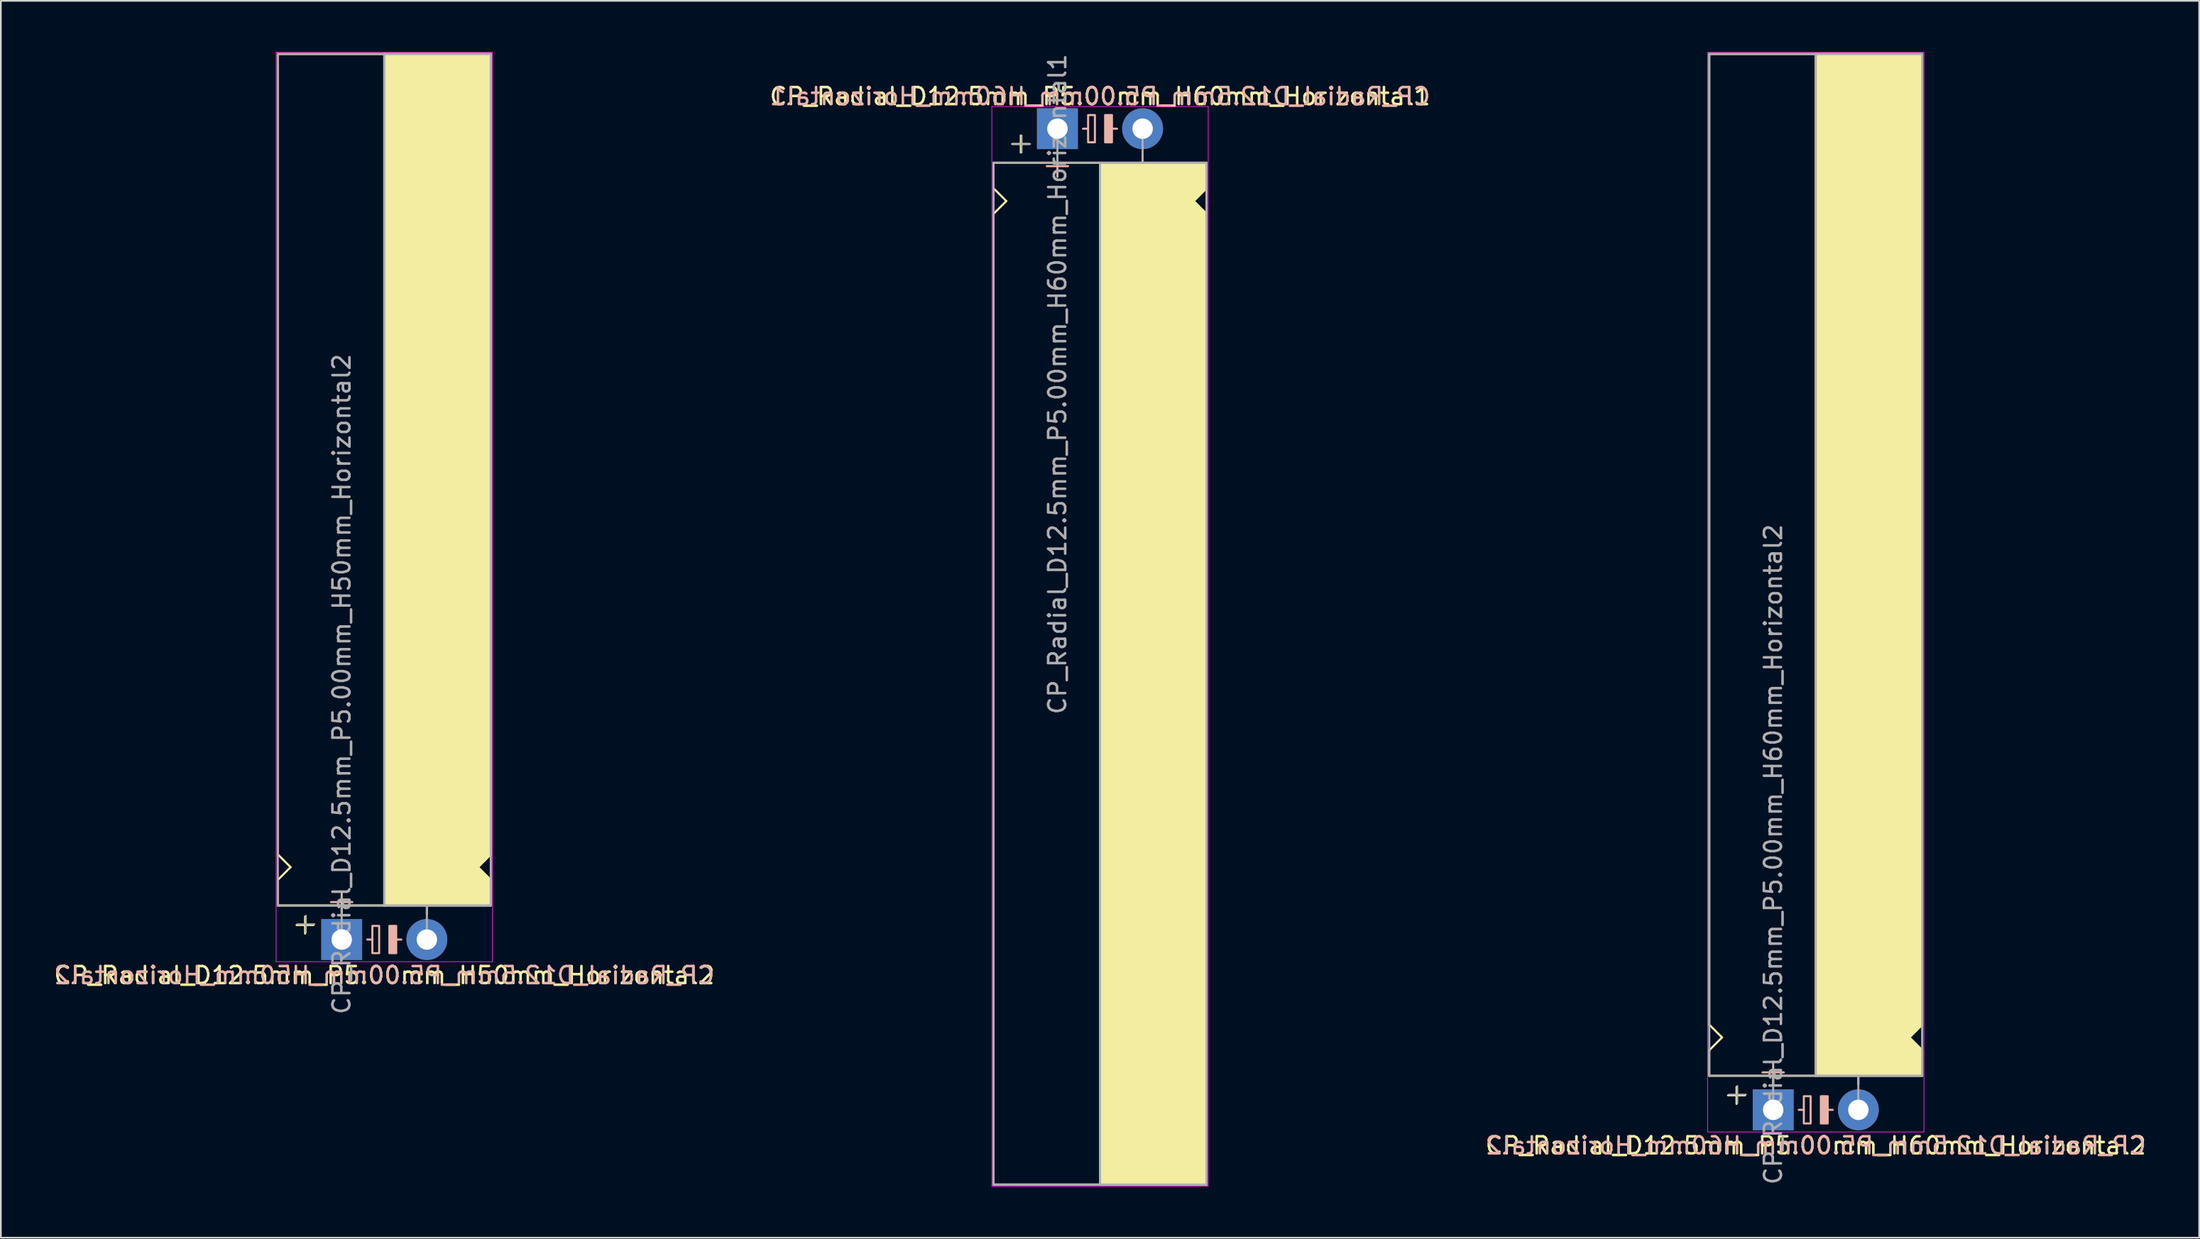
<source format=kicad_pcb>
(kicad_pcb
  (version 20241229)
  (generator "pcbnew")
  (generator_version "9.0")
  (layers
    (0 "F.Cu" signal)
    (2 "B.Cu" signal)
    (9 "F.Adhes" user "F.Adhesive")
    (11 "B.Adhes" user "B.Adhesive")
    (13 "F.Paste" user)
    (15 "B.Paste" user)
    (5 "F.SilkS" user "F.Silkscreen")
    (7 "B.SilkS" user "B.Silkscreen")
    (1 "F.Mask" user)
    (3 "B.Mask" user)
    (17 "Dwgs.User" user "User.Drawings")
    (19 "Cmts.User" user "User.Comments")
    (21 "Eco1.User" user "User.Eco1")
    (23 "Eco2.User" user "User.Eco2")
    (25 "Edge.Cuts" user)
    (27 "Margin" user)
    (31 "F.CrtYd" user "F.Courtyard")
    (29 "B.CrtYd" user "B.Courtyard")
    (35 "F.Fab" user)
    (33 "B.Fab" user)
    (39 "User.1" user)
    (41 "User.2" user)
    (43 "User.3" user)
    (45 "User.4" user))
  (footprint "CP_Radial_D12.5mm_P5.00mm_H60mm_Horizontal1"
    (layer "F.Cu")
    (at 59.018 4.506)
    (property "Reference" "CP_Radial_D12.5mm_P5.00mm_H60mm_Horizontal1" (at 2.5 -1.9 180) (layer "F.SilkS") (effects (font (size 1 1) (thickness 0.15))))
    (fp_line (start -3.75 2) (end -3.75 3.5) (stroke (width 0.12) (type solid)) (layer "F.SilkS"))
    (fp_line (start -3.75 3.5) (end -3 4.25) (stroke (width 0.12) (type solid)) (layer "F.SilkS"))
    (fp_line (start -3.75 5) (end -3.75 62) (stroke (width 0.12) (type solid)) (layer "F.SilkS"))
    (fp_line (start -3 4.25) (end -3.75 5) (stroke (width 0.12) (type solid)) (layer "F.SilkS"))
    (fp_line (start -2.15 0.4) (end -2.15 1.4) (stroke (width 0.12) (type solid)) (layer "F.SilkS"))
    (fp_line (start -1.65 0.9) (end -2.65 0.9) (stroke (width 0.12) (type solid)) (layer "F.SilkS"))
    (fp_line (start 0 1.5) (end 0 2) (stroke (width 0.12) (type solid)) (layer "F.SilkS"))
    (fp_line (start 2.5 2) (end -3.75 2) (stroke (width 0.12) (type solid)) (layer "F.SilkS"))
    (fp_line (start 2.5 2) (end 2.5 62) (stroke (width 0.12) (type solid)) (layer "F.SilkS"))
    (fp_line (start 2.5 2) (end 8.75 2) (stroke (width 0.12) (type solid)) (layer "F.SilkS"))
    (fp_line (start 5 1.5) (end 5 2) (stroke (width 0.12) (type solid)) (layer "F.SilkS"))
    (fp_line (start 8 4.25) (end 8.75 5) (stroke (width 0.12) (type solid)) (layer "F.SilkS"))
    (fp_line (start 8.75 2) (end 8.75 3.5) (stroke (width 0.12) (type solid)) (layer "F.SilkS"))
    (fp_line (start 8.75 3.5) (end 8 4.25) (stroke (width 0.12) (type solid)) (layer "F.SilkS"))
    (fp_line (start 8.75 5) (end 8.75 62) (stroke (width 0.12) (type solid)) (layer "F.SilkS"))
    (fp_line (start 8.75 62) (end -3.75 62) (stroke (width 0.12) (type solid)) (layer "F.SilkS"))
    (fp_poly (pts (xy 8.75 3.5) (xy 8 4.25) (xy 8.75 5) (xy 8.75 62) (xy 2.5 62) (xy 2.5 2) (xy 8.75 2)) (stroke (width 0.1) (type solid)) (fill yes) (layer "F.SilkS"))
    (fp_line (start 0 1.575) (end 0 2.825) (stroke (width 0.12) (type solid)) (layer "B.SilkS"))
    (fp_line (start 0.625 2.2) (end -0.625 2.2) (stroke (width 0.12) (type solid)) (layer "B.SilkS"))
    (fp_line (start 1.8 0) (end 1.5 0) (stroke (width 0.12) (type solid)) (layer "B.SilkS"))
    (fp_line (start 3.5 0) (end 3.2 0) (stroke (width 0.12) (type solid)) (layer "B.SilkS"))
    (fp_rect (start 2.2 -0.8) (end 1.8 0.8) (stroke (width 0.12) (type solid)) (fill no) (layer "B.SilkS"))
    (fp_rect (start 3.2 -0.8) (end 2.8 0.8) (stroke (width 0.12) (type solid)) (fill yes) (layer "B.SilkS"))
    (fp_line (start -3.85 -1.3) (end 8.85 -1.3) (stroke (width 0.04) (type solid)) (layer "F.CrtYd"))
    (fp_line (start -3.85 62.1) (end -3.85 -1.3) (stroke (width 0.04) (type solid)) (layer "F.CrtYd"))
    (fp_line (start 8.85 -1.3) (end 8.85 62.1) (stroke (width 0.04) (type solid)) (layer "F.CrtYd"))
    (fp_line (start 8.85 62.1) (end -3.85 62.1) (stroke (width 0.04) (type solid)) (layer "F.CrtYd"))
    (fp_line (start -3.75 2) (end -3.75 62) (stroke (width 0.12) (type solid)) (layer "F.Fab"))
    (fp_line (start -3.75 62) (end 8.75 62) (stroke (width 0.12) (type solid)) (layer "F.Fab"))
    (fp_line (start -2.6 0.9) (end -1.6 0.9) (stroke (width 0.1) (type solid)) (layer "F.Fab"))
    (fp_line (start -2.1 1.4) (end -2.1 0.4) (stroke (width 0.1) (type solid)) (layer "F.Fab"))
    (fp_line (start 0 0) (end 0 2) (stroke (width 0.12) (type solid)) (layer "F.Fab"))
    (fp_line (start 0 2) (end -3.75 2) (stroke (width 0.12) (type solid)) (layer "F.Fab"))
    (fp_line (start 2.5 2) (end 2.5 62) (stroke (width 0.12) (type solid)) (layer "F.Fab"))
    (fp_line (start 5 2) (end 5 0) (stroke (width 0.12) (type solid)) (layer "F.Fab"))
    (fp_line (start 8.75 2) (end 0 2) (stroke (width 0.12) (type solid)) (layer "F.Fab"))
    (fp_line (start 8.75 62) (end 8.75 2) (stroke (width 0.12) (type solid)) (layer "F.Fab"))
    (fp_poly (pts (xy 8.75 62) (xy 2.5 62) (xy 2.5 2) (xy 8.75 2)) (stroke (width 0.1) (type solid)) (fill no) (layer "F.Fab"))
    (fp_text user "${REFERENCE}" (at 2.5 -1.9 0) (layer "B.SilkS") (effects (font (size 1 1) (thickness 0.15)) (justify mirror)))
    (fp_text user "${REFERENCE}" (at 0 15 90) (layer "F.Fab") (effects (font (size 1 1) (thickness 0.15))))
    (pad "1" thru_hole rect (at 0 0) (size 2.4 2.4) (drill 1.2) (layers "*.Cu" "*.Mask"))
    (pad "2" thru_hole circle (at 5 0) (size 2.4 2.4) (drill 1.2) (layers "*.Cu" "*.Mask")))
  (footprint "CP_Radial_D12.5mm_P5.00mm_H50mm_Horizontal2"
    (layer "F.Cu")
    (at 17.006 52.12)
    (property "Reference" "CP_Radial_D12.5mm_P5.00mm_H50mm_Horizontal2" (at 2.5 2.1 180) (layer "F.SilkS") (effects (font (size 1 1) (thickness 0.15))))
    (fp_line (start -3.75 -5) (end -3.75 -52) (stroke (width 0.12) (type solid)) (layer "F.SilkS"))
    (fp_line (start -3.75 -3.5) (end -3 -4.25) (stroke (width 0.12) (type solid)) (layer "F.SilkS"))
    (fp_line (start -3.75 -2) (end -3.75 -3.5) (stroke (width 0.12) (type solid)) (layer "F.SilkS"))
    (fp_line (start -3 -4.25) (end -3.75 -5) (stroke (width 0.12) (type solid)) (layer "F.SilkS"))
    (fp_line (start -2.15 -1.35) (end -2.15 -0.35) (stroke (width 0.12) (type solid)) (layer "F.SilkS"))
    (fp_line (start -1.65 -0.85) (end -2.65 -0.85) (stroke (width 0.12) (type solid)) (layer "F.SilkS"))
    (fp_line (start 0 -1.5) (end 0 -2) (stroke (width 0.12) (type solid)) (layer "F.SilkS"))
    (fp_line (start 2.5 -2) (end -3.75 -2) (stroke (width 0.12) (type solid)) (layer "F.SilkS"))
    (fp_line (start 2.5 -2) (end 2.5 -52) (stroke (width 0.12) (type solid)) (layer "F.SilkS"))
    (fp_line (start 2.5 -2) (end 8.75 -2) (stroke (width 0.12) (type solid)) (layer "F.SilkS"))
    (fp_line (start 5 -1.5) (end 5 -2) (stroke (width 0.12) (type solid)) (layer "F.SilkS"))
    (fp_line (start 8 -4.25) (end 8.75 -5) (stroke (width 0.12) (type solid)) (layer "F.SilkS"))
    (fp_line (start 8.75 -52) (end -3.75 -52) (stroke (width 0.12) (type solid)) (layer "F.SilkS"))
    (fp_line (start 8.75 -5) (end 8.75 -52) (stroke (width 0.12) (type solid)) (layer "F.SilkS"))
    (fp_line (start 8.75 -3.5) (end 8 -4.25) (stroke (width 0.12) (type solid)) (layer "F.SilkS"))
    (fp_line (start 8.75 -2) (end 8.75 -3.5) (stroke (width 0.12) (type solid)) (layer "F.SilkS"))
    (fp_poly (pts (xy 8.75 -3.5) (xy 8 -4.25) (xy 8.75 -5) (xy 8.75 -52) (xy 2.5 -52) (xy 2.5 -2) (xy 8.75 -2)) (stroke (width 0.1) (type solid)) (fill yes) (layer "F.SilkS"))
    (fp_line (start 0 -2.825) (end 0 -1.575) (stroke (width 0.12) (type solid)) (layer "B.SilkS"))
    (fp_line (start 0.625 -2.2) (end -0.625 -2.2) (stroke (width 0.12) (type solid)) (layer "B.SilkS"))
    (fp_line (start 1.8 0) (end 1.5 0) (stroke (width 0.12) (type solid)) (layer "B.SilkS"))
    (fp_line (start 3.5 0) (end 3.2 0) (stroke (width 0.12) (type solid)) (layer "B.SilkS"))
    (fp_rect (start 2.2 -0.8) (end 1.8 0.8) (stroke (width 0.12) (type solid)) (fill no) (layer "B.SilkS"))
    (fp_rect (start 3.2 -0.8) (end 2.8 0.8) (stroke (width 0.12) (type solid)) (fill yes) (layer "B.SilkS"))
    (fp_line (start -3.85 -52.1) (end -3.85 1.3) (stroke (width 0.04) (type solid)) (layer "F.CrtYd"))
    (fp_line (start 8.85 -52.1) (end -3.85 -52.1) (stroke (width 0.04) (type solid)) (layer "F.CrtYd"))
    (fp_line (start 8.85 1.3) (end -3.85 1.3) (stroke (width 0.04) (type solid)) (layer "F.CrtYd"))
    (fp_line (start 8.85 1.3) (end 8.85 -52.1) (stroke (width 0.04) (type solid)) (layer "F.CrtYd"))
    (fp_line (start -3.75 -52) (end 8.75 -52) (stroke (width 0.12) (type solid)) (layer "F.Fab"))
    (fp_line (start -3.75 -2) (end -3.75 -52) (stroke (width 0.12) (type solid)) (layer "F.Fab"))
    (fp_line (start -2.6 -0.9) (end -1.6 -0.9) (stroke (width 0.1) (type solid)) (layer "F.Fab"))
    (fp_line (start -2.1 -0.4) (end -2.1 -1.4) (stroke (width 0.1) (type solid)) (layer "F.Fab"))
    (fp_line (start 0 -2) (end -3.75 -2) (stroke (width 0.12) (type solid)) (layer "F.Fab"))
    (fp_line (start 0 0) (end 0 -2) (stroke (width 0.12) (type solid)) (layer "F.Fab"))
    (fp_line (start 2.5 -2) (end 2.5 -52) (stroke (width 0.12) (type solid)) (layer "F.Fab"))
    (fp_line (start 5 -2) (end 5 0) (stroke (width 0.12) (type solid)) (layer "F.Fab"))
    (fp_line (start 8.75 -52) (end 8.75 -2) (stroke (width 0.12) (type solid)) (layer "F.Fab"))
    (fp_line (start 8.75 -2) (end 0 -2) (stroke (width 0.12) (type solid)) (layer "F.Fab"))
    (fp_poly (pts (xy 8.75 -52) (xy 2.5 -52) (xy 2.5 -2) (xy 8.75 -2)) (stroke (width 0.1) (type solid)) (fill no) (layer "F.Fab"))
    (fp_text user "${REFERENCE}" (at 2.5 2.1 0) (layer "B.SilkS") (effects (font (size 1 1) (thickness 0.15)) (justify mirror)))
    (fp_text user "${REFERENCE}" (at 0 -15 90) (layer "F.Fab") (effects (font (size 1 1) (thickness 0.15))))
    (pad "1" thru_hole rect (at 0 0) (size 2.4 2.4) (drill 1.2) (layers "*.Cu" "*.Mask"))
    (pad "2" thru_hole circle (at 5 0) (size 2.4 2.4) (drill 1.2) (layers "*.Cu" "*.Mask")))
  (footprint "CP_Radial_D12.5mm_P5.00mm_H60mm_Horizontal2"
    (layer "F.Cu")
    (at 101.03 62.12)
    (property "Reference" "CP_Radial_D12.5mm_P5.00mm_H60mm_Horizontal2" (at 2.5 2.1 180) (layer "F.SilkS") (effects (font (size 1 1) (thickness 0.15))))
    (fp_line (start -3.75 -5) (end -3.75 -62) (stroke (width 0.12) (type solid)) (layer "F.SilkS"))
    (fp_line (start -3.75 -3.5) (end -3 -4.25) (stroke (width 0.12) (type solid)) (layer "F.SilkS"))
    (fp_line (start -3.75 -2) (end -3.75 -3.5) (stroke (width 0.12) (type solid)) (layer "F.SilkS"))
    (fp_line (start -3 -4.25) (end -3.75 -5) (stroke (width 0.12) (type solid)) (layer "F.SilkS"))
    (fp_line (start -2.15 -1.35) (end -2.15 -0.35) (stroke (width 0.12) (type solid)) (layer "F.SilkS"))
    (fp_line (start -1.65 -0.85) (end -2.65 -0.85) (stroke (width 0.12) (type solid)) (layer "F.SilkS"))
    (fp_line (start 0 -1.5) (end 0 -2) (stroke (width 0.12) (type solid)) (layer "F.SilkS"))
    (fp_line (start 2.5 -2) (end -3.75 -2) (stroke (width 0.12) (type solid)) (layer "F.SilkS"))
    (fp_line (start 2.5 -2) (end 2.5 -62) (stroke (width 0.12) (type solid)) (layer "F.SilkS"))
    (fp_line (start 2.5 -2) (end 8.75 -2) (stroke (width 0.12) (type solid)) (layer "F.SilkS"))
    (fp_line (start 5 -1.5) (end 5 -2) (stroke (width 0.12) (type solid)) (layer "F.SilkS"))
    (fp_line (start 8 -4.25) (end 8.75 -5) (stroke (width 0.12) (type solid)) (layer "F.SilkS"))
    (fp_line (start 8.75 -62) (end -3.75 -62) (stroke (width 0.12) (type solid)) (layer "F.SilkS"))
    (fp_line (start 8.75 -5) (end 8.75 -62) (stroke (width 0.12) (type solid)) (layer "F.SilkS"))
    (fp_line (start 8.75 -3.5) (end 8 -4.25) (stroke (width 0.12) (type solid)) (layer "F.SilkS"))
    (fp_line (start 8.75 -2) (end 8.75 -3.5) (stroke (width 0.12) (type solid)) (layer "F.SilkS"))
    (fp_poly (pts (xy 8.75 -3.5) (xy 8 -4.25) (xy 8.75 -5) (xy 8.75 -62) (xy 2.5 -62) (xy 2.5 -2) (xy 8.75 -2)) (stroke (width 0.1) (type solid)) (fill yes) (layer "F.SilkS"))
    (fp_line (start 0 -2.825) (end 0 -1.575) (stroke (width 0.12) (type solid)) (layer "B.SilkS"))
    (fp_line (start 0.625 -2.2) (end -0.625 -2.2) (stroke (width 0.12) (type solid)) (layer "B.SilkS"))
    (fp_line (start 1.8 0) (end 1.5 0) (stroke (width 0.12) (type solid)) (layer "B.SilkS"))
    (fp_line (start 3.5 0) (end 3.2 0) (stroke (width 0.12) (type solid)) (layer "B.SilkS"))
    (fp_rect (start 2.2 -0.8) (end 1.8 0.8) (stroke (width 0.12) (type solid)) (fill no) (layer "B.SilkS"))
    (fp_rect (start 3.2 -0.8) (end 2.8 0.8) (stroke (width 0.12) (type solid)) (fill yes) (layer "B.SilkS"))
    (fp_line (start -3.85 -62.1) (end -3.85 1.3) (stroke (width 0.04) (type solid)) (layer "F.CrtYd"))
    (fp_line (start 8.85 -62.1) (end -3.85 -62.1) (stroke (width 0.04) (type solid)) (layer "F.CrtYd"))
    (fp_line (start 8.85 1.3) (end -3.85 1.3) (stroke (width 0.04) (type solid)) (layer "F.CrtYd"))
    (fp_line (start 8.85 1.3) (end 8.85 -62.1) (stroke (width 0.04) (type solid)) (layer "F.CrtYd"))
    (fp_line (start -3.75 -62) (end 8.75 -62) (stroke (width 0.12) (type solid)) (layer "F.Fab"))
    (fp_line (start -3.75 -2) (end -3.75 -62) (stroke (width 0.12) (type solid)) (layer "F.Fab"))
    (fp_line (start -2.6 -0.9) (end -1.6 -0.9) (stroke (width 0.1) (type solid)) (layer "F.Fab"))
    (fp_line (start -2.1 -0.4) (end -2.1 -1.4) (stroke (width 0.1) (type solid)) (layer "F.Fab"))
    (fp_line (start 0 -2) (end -3.75 -2) (stroke (width 0.12) (type solid)) (layer "F.Fab"))
    (fp_line (start 0 0) (end 0 -2) (stroke (width 0.12) (type solid)) (layer "F.Fab"))
    (fp_line (start 2.5 -2) (end 2.5 -62) (stroke (width 0.12) (type solid)) (layer "F.Fab"))
    (fp_line (start 5 -2) (end 5 0) (stroke (width 0.12) (type solid)) (layer "F.Fab"))
    (fp_line (start 8.75 -62) (end 8.75 -2) (stroke (width 0.12) (type solid)) (layer "F.Fab"))
    (fp_line (start 8.75 -2) (end 0 -2) (stroke (width 0.12) (type solid)) (layer "F.Fab"))
    (fp_poly (pts (xy 8.75 -62) (xy 2.5 -62) (xy 2.5 -2) (xy 8.75 -2)) (stroke (width 0.1) (type solid)) (fill no) (layer "F.Fab"))
    (fp_text user "${REFERENCE}" (at 2.5 2.1 0) (layer "B.SilkS") (effects (font (size 1 1) (thickness 0.15)) (justify mirror)))
    (fp_text user "${REFERENCE}" (at 0 -15 90) (layer "F.Fab") (effects (font (size 1 1) (thickness 0.15))))
    (pad "1" thru_hole rect (at 0 0) (size 2.4 2.4) (drill 1.2) (layers "*.Cu" "*.Mask"))
    (pad "2" thru_hole circle (at 5 0) (size 2.4 2.4) (drill 1.2) (layers "*.Cu" "*.Mask")))
  (gr_rect
    (start -3 -3)
    (end 126.036 69.626)
    (stroke (width 0.1) (type default))
    (fill no)
    (layer "Edge.Cuts")))
</source>
